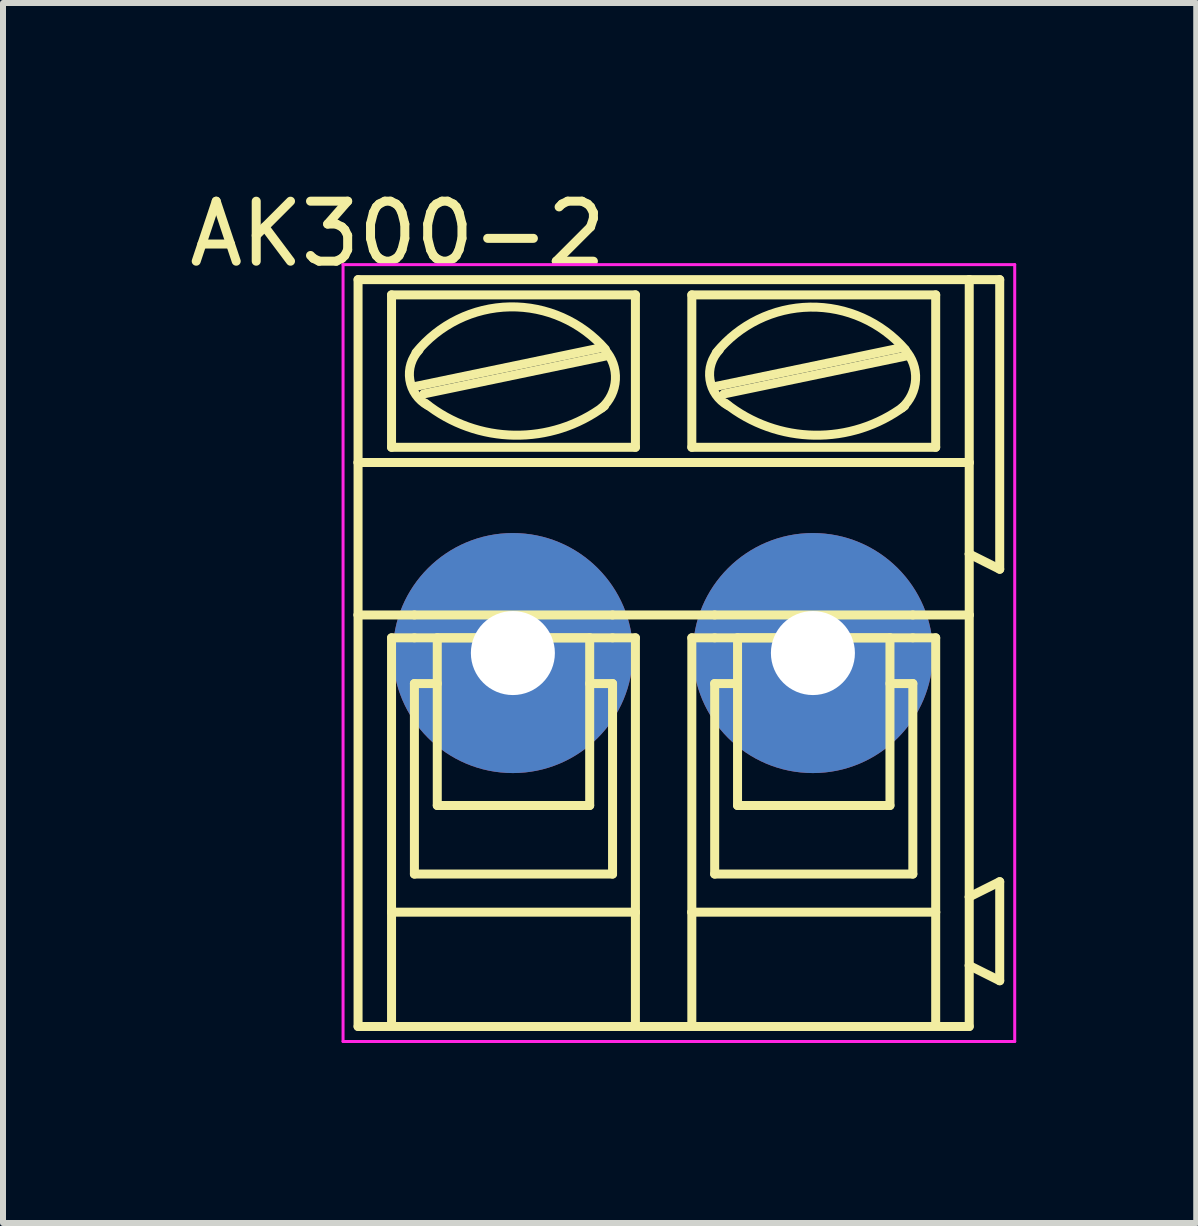
<source format=kicad_pcb>
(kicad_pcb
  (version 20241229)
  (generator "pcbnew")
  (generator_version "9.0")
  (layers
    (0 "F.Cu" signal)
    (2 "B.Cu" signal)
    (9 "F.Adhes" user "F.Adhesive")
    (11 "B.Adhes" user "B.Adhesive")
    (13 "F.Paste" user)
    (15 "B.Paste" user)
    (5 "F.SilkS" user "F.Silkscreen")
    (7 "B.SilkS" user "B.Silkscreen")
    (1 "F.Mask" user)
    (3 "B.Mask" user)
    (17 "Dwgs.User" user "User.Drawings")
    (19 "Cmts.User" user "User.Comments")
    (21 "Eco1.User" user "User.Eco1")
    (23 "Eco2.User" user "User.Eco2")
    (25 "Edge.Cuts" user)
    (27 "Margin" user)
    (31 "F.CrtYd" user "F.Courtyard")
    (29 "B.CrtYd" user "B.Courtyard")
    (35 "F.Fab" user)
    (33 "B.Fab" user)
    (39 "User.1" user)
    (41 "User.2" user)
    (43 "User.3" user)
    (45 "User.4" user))
  (footprint "AK300-2"
    (layer "F.Cu")
    (at 5.497 7.833)
    (property "Reference" "AK300-2" (at -1.92 -6.985 0) (layer "F.SilkS") (effects (font (size 1 1) (thickness 0.15))))
    (attr exclude_from_pos_files exclude_from_bom)
    (fp_line (start -2.58 -3.175) (end -2.58 -6.223) (stroke (width 0.15) (type solid)) (layer "F.SilkS"))
    (fp_line (start -2.58 -3.175) (end 7.605 -3.175) (stroke (width 0.15) (type solid)) (layer "F.SilkS"))
    (fp_line (start -2.58 -0.635) (end -2.58 -3.175) (stroke (width 0.15) (type solid)) (layer "F.SilkS"))
    (fp_line (start -2.58 -0.635) (end -1.641 -0.635) (stroke (width 0.15) (type solid)) (layer "F.SilkS"))
    (fp_line (start -2.58 6.223) (end -2.58 -0.635) (stroke (width 0.15) (type solid)) (layer "F.SilkS"))
    (fp_line (start -2.58 6.223) (end -2.022 6.223) (stroke (width 0.15) (type solid)) (layer "F.SilkS"))
    (fp_line (start -2.022 -3.429) (end -2.022 -5.969) (stroke (width 0.15) (type solid)) (layer "F.SilkS"))
    (fp_line (start -2.022 -0.254) (end -2.022 4.318) (stroke (width 0.15) (type solid)) (layer "F.SilkS"))
    (fp_line (start -2.022 -0.254) (end -1.641 -0.254) (stroke (width 0.15) (type solid)) (layer "F.SilkS"))
    (fp_line (start -2.022 4.318) (end -2.022 6.223) (stroke (width 0.15) (type solid)) (layer "F.SilkS"))
    (fp_line (start -2.022 6.223) (end 2.042 6.223) (stroke (width 0.15) (type solid)) (layer "F.SilkS"))
    (fp_line (start -1.641 -0.635) (end 1.661 -0.635) (stroke (width 0.15) (type solid)) (layer "F.SilkS"))
    (fp_line (start -1.641 0.508) (end -1.26 0.508) (stroke (width 0.15) (type solid)) (layer "F.SilkS"))
    (fp_line (start -1.641 3.683) (end -1.641 0.508) (stroke (width 0.15) (type solid)) (layer "F.SilkS"))
    (fp_line (start -1.615 -4.445) (end 1.435 -5.08) (stroke (width 0.15) (type solid)) (layer "F.SilkS"))
    (fp_line (start -1.488 -4.318) (end 1.56 -4.953) (stroke (width 0.15) (type solid)) (layer "F.SilkS"))
    (fp_line (start -1.26 -0.254) (end 1.28 -0.254) (stroke (width 0.15) (type solid)) (layer "F.SilkS"))
    (fp_line (start -1.26 2.54) (end -1.26 -0.254) (stroke (width 0.15) (type solid)) (layer "F.SilkS"))
    (fp_line (start -1.26 2.54) (end 1.28 2.54) (stroke (width 0.15) (type solid)) (layer "F.SilkS"))
    (fp_line (start 1.28 2.54) (end 1.28 -0.254) (stroke (width 0.15) (type solid)) (layer "F.SilkS"))
    (fp_line (start 1.661 -0.635) (end 3.363 -0.635) (stroke (width 0.15) (type solid)) (layer "F.SilkS"))
    (fp_line (start 1.661 -0.254) (end -1.641 -0.254) (stroke (width 0.15) (type solid)) (layer "F.SilkS"))
    (fp_line (start 1.661 0.508) (end 1.28 0.508) (stroke (width 0.15) (type solid)) (layer "F.SilkS"))
    (fp_line (start 1.661 3.683) (end -1.641 3.683) (stroke (width 0.15) (type solid)) (layer "F.SilkS"))
    (fp_line (start 1.661 3.683) (end 1.661 0.508) (stroke (width 0.15) (type solid)) (layer "F.SilkS"))
    (fp_line (start 2.042 -5.969) (end -2.022 -5.969) (stroke (width 0.15) (type solid)) (layer "F.SilkS"))
    (fp_line (start 2.042 -3.429) (end -2.022 -3.429) (stroke (width 0.15) (type solid)) (layer "F.SilkS"))
    (fp_line (start 2.042 -3.429) (end 2.042 -5.969) (stroke (width 0.15) (type solid)) (layer "F.SilkS"))
    (fp_line (start 2.042 -0.254) (end 1.661 -0.254) (stroke (width 0.15) (type solid)) (layer "F.SilkS"))
    (fp_line (start 2.042 4.318) (end -2.022 4.318) (stroke (width 0.15) (type solid)) (layer "F.SilkS"))
    (fp_line (start 2.042 4.318) (end 2.042 -0.254) (stroke (width 0.15) (type solid)) (layer "F.SilkS"))
    (fp_line (start 2.042 6.223) (end 2.042 4.318) (stroke (width 0.15) (type solid)) (layer "F.SilkS"))
    (fp_line (start 2.042 6.223) (end 2.982 6.223) (stroke (width 0.15) (type solid)) (layer "F.SilkS"))
    (fp_line (start 2.982 -5.969) (end 7.046 -5.969) (stroke (width 0.15) (type solid)) (layer "F.SilkS"))
    (fp_line (start 2.982 -3.429) (end 2.982 -5.969) (stroke (width 0.15) (type solid)) (layer "F.SilkS"))
    (fp_line (start 2.982 -0.254) (end 3.363 -0.254) (stroke (width 0.15) (type solid)) (layer "F.SilkS"))
    (fp_line (start 2.982 4.318) (end 2.982 -0.254) (stroke (width 0.15) (type solid)) (layer "F.SilkS"))
    (fp_line (start 2.982 4.318) (end 7.046 4.318) (stroke (width 0.15) (type solid)) (layer "F.SilkS"))
    (fp_line (start 2.982 6.223) (end 2.982 4.318) (stroke (width 0.15) (type solid)) (layer "F.SilkS"))
    (fp_line (start 2.982 6.223) (end 7.046 6.223) (stroke (width 0.15) (type solid)) (layer "F.SilkS"))
    (fp_line (start 3.363 -0.254) (end 6.665 -0.254) (stroke (width 0.15) (type solid)) (layer "F.SilkS"))
    (fp_line (start 3.363 0.508) (end 3.744 0.508) (stroke (width 0.15) (type solid)) (layer "F.SilkS"))
    (fp_line (start 3.363 3.683) (end 3.363 0.508) (stroke (width 0.15) (type solid)) (layer "F.SilkS"))
    (fp_line (start 3.389 -4.445) (end 6.437 -5.08) (stroke (width 0.15) (type solid)) (layer "F.SilkS"))
    (fp_line (start 3.516 -4.318) (end 6.564 -4.953) (stroke (width 0.15) (type solid)) (layer "F.SilkS"))
    (fp_line (start 3.744 -0.254) (end 6.284 -0.254) (stroke (width 0.15) (type solid)) (layer "F.SilkS"))
    (fp_line (start 3.744 2.54) (end 3.744 -0.254) (stroke (width 0.15) (type solid)) (layer "F.SilkS"))
    (fp_line (start 3.744 2.54) (end 6.284 2.54) (stroke (width 0.15) (type solid)) (layer "F.SilkS"))
    (fp_line (start 6.284 2.54) (end 6.284 -0.254) (stroke (width 0.15) (type solid)) (layer "F.SilkS"))
    (fp_line (start 6.665 -0.635) (end 3.363 -0.635) (stroke (width 0.15) (type solid)) (layer "F.SilkS"))
    (fp_line (start 6.665 0.508) (end 6.284 0.508) (stroke (width 0.15) (type solid)) (layer "F.SilkS"))
    (fp_line (start 6.665 3.683) (end 3.363 3.683) (stroke (width 0.15) (type solid)) (layer "F.SilkS"))
    (fp_line (start 6.665 3.683) (end 6.665 0.508) (stroke (width 0.15) (type solid)) (layer "F.SilkS"))
    (fp_line (start 7.046 -5.969) (end 7.046 -3.429) (stroke (width 0.15) (type solid)) (layer "F.SilkS"))
    (fp_line (start 7.046 -3.429) (end 2.982 -3.429) (stroke (width 0.15) (type solid)) (layer "F.SilkS"))
    (fp_line (start 7.046 -0.254) (end 6.665 -0.254) (stroke (width 0.15) (type solid)) (layer "F.SilkS"))
    (fp_line (start 7.046 -0.254) (end 7.046 4.318) (stroke (width 0.15) (type solid)) (layer "F.SilkS"))
    (fp_line (start 7.046 4.318) (end 7.046 6.223) (stroke (width 0.15) (type solid)) (layer "F.SilkS"))
    (fp_line (start 7.046 6.223) (end 7.605 6.223) (stroke (width 0.15) (type solid)) (layer "F.SilkS"))
    (fp_line (start 7.605 -6.223) (end -2.58 -6.223) (stroke (width 0.15) (type solid)) (layer "F.SilkS"))
    (fp_line (start 7.605 -6.223) (end 7.605 -3.175) (stroke (width 0.15) (type solid)) (layer "F.SilkS"))
    (fp_line (start 7.605 -6.223) (end 8.113 -6.223) (stroke (width 0.15) (type solid)) (layer "F.SilkS"))
    (fp_line (start 7.605 -3.175) (end 7.605 -1.651) (stroke (width 0.15) (type solid)) (layer "F.SilkS"))
    (fp_line (start 7.605 -1.651) (end 7.605 -0.635) (stroke (width 0.15) (type solid)) (layer "F.SilkS"))
    (fp_line (start 7.605 -0.635) (end 6.665 -0.635) (stroke (width 0.15) (type solid)) (layer "F.SilkS"))
    (fp_line (start 7.605 -0.635) (end 7.605 4.064) (stroke (width 0.15) (type solid)) (layer "F.SilkS"))
    (fp_line (start 7.605 4.064) (end 7.605 5.207) (stroke (width 0.15) (type solid)) (layer "F.SilkS"))
    (fp_line (start 7.605 5.207) (end 7.605 6.223) (stroke (width 0.15) (type solid)) (layer "F.SilkS"))
    (fp_line (start 8.113 -6.223) (end 8.113 -1.397) (stroke (width 0.15) (type solid)) (layer "F.SilkS"))
    (fp_line (start 8.113 -1.397) (end 7.605 -1.651) (stroke (width 0.15) (type solid)) (layer "F.SilkS"))
    (fp_line (start 8.113 3.81) (end 7.605 4.064) (stroke (width 0.15) (type solid)) (layer "F.SilkS"))
    (fp_line (start 8.113 3.81) (end 8.113 5.461) (stroke (width 0.15) (type solid)) (layer "F.SilkS"))
    (fp_line (start 8.113 5.461) (end 7.605 5.207) (stroke (width 0.15) (type solid)) (layer "F.SilkS"))
    (fp_arc (start -1.6152 -5.0038) (mid -0.050347 -5.768837) (end 1.541573 -5.061847) (stroke (width 0.15) (type solid)) (layer "F.SilkS"))
    (fp_arc (start -1.41962 -4.1275) (mid -1.717784 -4.553845) (end -1.56452 -5.051019) (stroke (width 0.15) (type solid)) (layer "F.SilkS"))
    (fp_arc (start 1.52678 -4.11734) (mid 0.024731 -3.630479) (end -1.460988 -4.165104) (stroke (width 0.15) (type solid)) (layer "F.SilkS"))
    (fp_arc (start 1.5344 -5.05206) (mid 1.708736 -4.555962) (end 1.47915 -4.08289) (stroke (width 0.15) (type solid)) (layer "F.SilkS"))
    (fp_arc (start 3.3886 -5.0038) (mid 4.951638 -5.764946) (end 6.539411 -5.056844) (stroke (width 0.15) (type solid)) (layer "F.SilkS"))
    (fp_arc (start 3.58164 -4.1275) (mid 3.284456 -4.555849) (end 3.439903 -5.053481) (stroke (width 0.15) (type solid)) (layer "F.SilkS"))
    (fp_arc (start 6.52804 -4.11734) (mid 5.025991 -3.630479) (end 3.540272 -4.165104) (stroke (width 0.15) (type solid)) (layer "F.SilkS"))
    (fp_arc (start 6.53566 -5.05206) (mid 6.710748 -4.557765) (end 6.482972 -4.085429) (stroke (width 0.15) (type solid)) (layer "F.SilkS"))
    (fp_line (start -2.83 -6.473) (end -2.83 6.473) (stroke (width 0.05) (type solid)) (layer "F.CrtYd"))
    (fp_line (start -2.83 6.473) (end 8.363 6.473) (stroke (width 0.05) (type solid)) (layer "F.CrtYd"))
    (fp_line (start 8.363 -6.473) (end -2.83 -6.473) (stroke (width 0.05) (type solid)) (layer "F.CrtYd"))
    (fp_line (start 8.363 6.473) (end 8.363 -6.473) (stroke (width 0.05) (type solid)) (layer "F.CrtYd"))
    (pad "1" thru_hole oval (at 0 0) (size 4 4) (drill 1.4) (layers "*.Cu" "*.Mask"))
    (pad "2" thru_hole oval (at 5 0) (size 4 4) (drill 1.4) (layers "*.Cu" "*.Mask")))
  (gr_rect
    (start -3 -3)
    (end 16.885 17.331)
    (stroke (width 0.1) (type default))
    (fill no)
    (layer "Edge.Cuts")))
</source>
